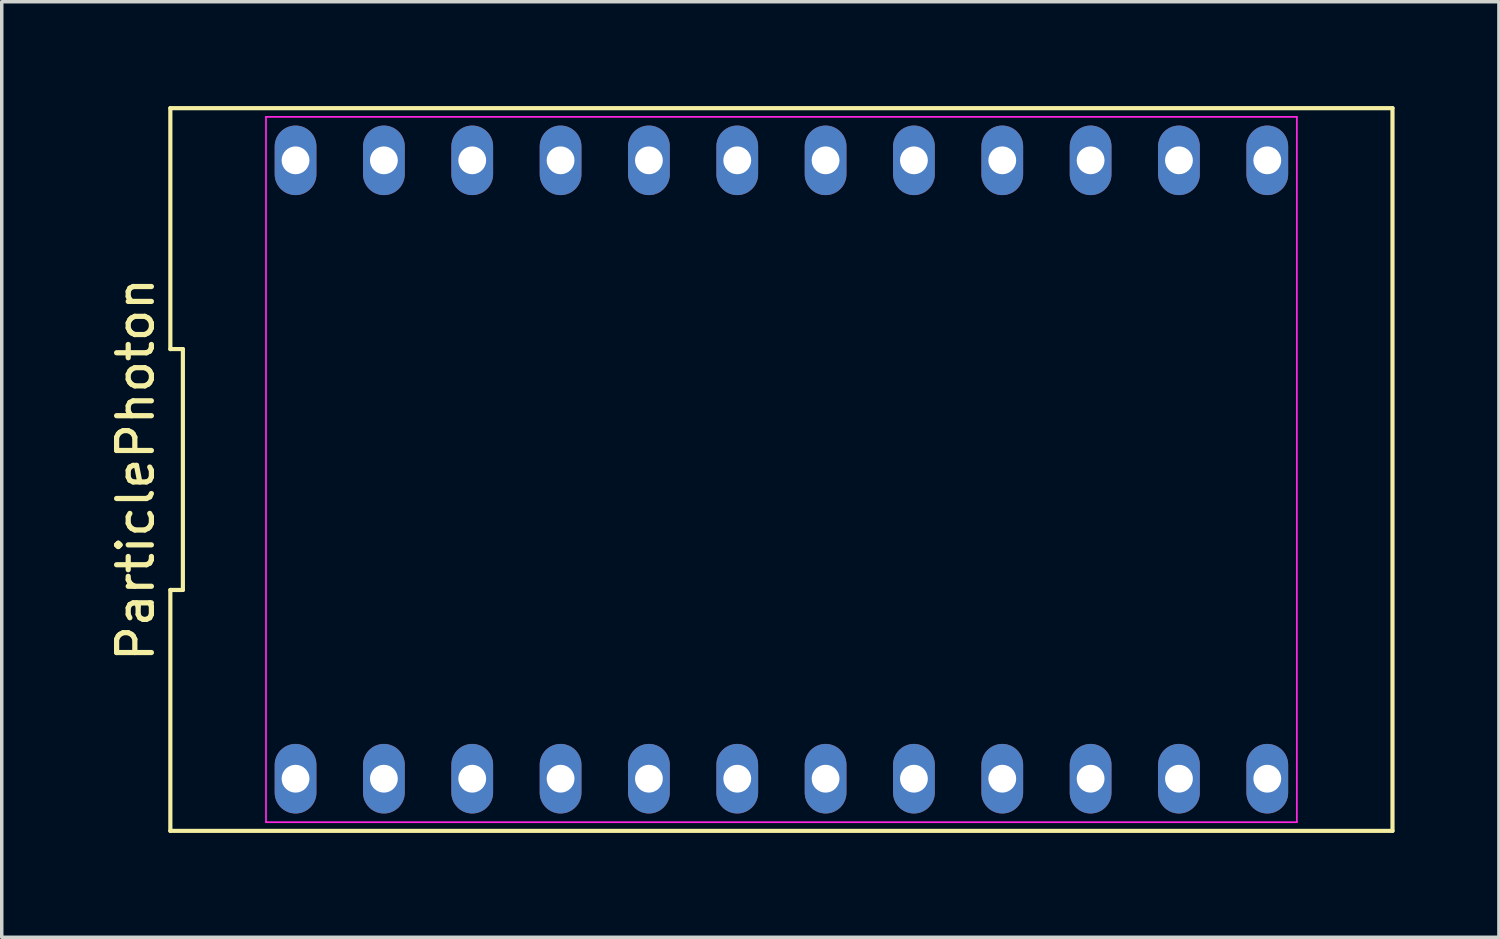
<source format=kicad_pcb>
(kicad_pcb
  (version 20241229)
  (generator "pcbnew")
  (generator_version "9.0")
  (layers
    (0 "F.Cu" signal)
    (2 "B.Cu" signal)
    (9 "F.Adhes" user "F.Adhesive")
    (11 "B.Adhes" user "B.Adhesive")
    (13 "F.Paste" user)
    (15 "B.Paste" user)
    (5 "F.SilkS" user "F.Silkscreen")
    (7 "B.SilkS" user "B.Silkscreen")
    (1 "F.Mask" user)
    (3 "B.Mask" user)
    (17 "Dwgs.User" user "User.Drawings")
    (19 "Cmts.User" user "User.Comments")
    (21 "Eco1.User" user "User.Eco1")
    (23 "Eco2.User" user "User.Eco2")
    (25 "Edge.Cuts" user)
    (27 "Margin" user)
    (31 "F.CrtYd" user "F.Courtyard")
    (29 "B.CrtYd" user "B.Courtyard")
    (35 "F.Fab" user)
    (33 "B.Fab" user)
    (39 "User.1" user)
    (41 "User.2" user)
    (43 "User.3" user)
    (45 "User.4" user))
  (footprint "ParticlePhoton"
    (layer "F.Cu")
    (at 19.418 10.45)
    (property "Reference" "ParticlePhoton" (at -18.57 0 90) (layer "F.SilkS") (effects (font (size 1 1) (thickness 0.15))))
    (fp_line (start -17.57 -10.39) (end -17.57 -3.463) (stroke (width 0.12) (type solid)) (layer "F.SilkS"))
    (fp_line (start -17.57 -3.463) (end -17.21 -3.463) (stroke (width 0.12) (type solid)) (layer "F.SilkS"))
    (fp_line (start -17.57 3.463) (end -17.57 10.39) (stroke (width 0.12) (type solid)) (layer "F.SilkS"))
    (fp_line (start -17.57 10.39) (end 17.57 10.39) (stroke (width 0.12) (type solid)) (layer "F.SilkS"))
    (fp_line (start -17.21 -3.463) (end -17.21 3.463) (stroke (width 0.12) (type solid)) (layer "F.SilkS"))
    (fp_line (start -17.21 3.463) (end -17.57 3.463) (stroke (width 0.12) (type solid)) (layer "F.SilkS"))
    (fp_line (start 17.57 -10.39) (end -17.57 -10.39) (stroke (width 0.12) (type solid)) (layer "F.SilkS"))
    (fp_line (start 17.57 10.39) (end 17.57 -10.39) (stroke (width 0.12) (type solid)) (layer "F.SilkS"))
    (fp_line (start -14.82 -10.14) (end 14.82 -10.14) (stroke (width 0.05) (type solid)) (layer "F.CrtYd"))
    (fp_line (start -14.82 10.14) (end -14.82 -10.14) (stroke (width 0.05) (type solid)) (layer "F.CrtYd"))
    (fp_line (start 14.82 -10.14) (end 14.82 10.14) (stroke (width 0.05) (type solid)) (layer "F.CrtYd"))
    (fp_line (start 14.82 10.14) (end -14.82 10.14) (stroke (width 0.05) (type solid)) (layer "F.CrtYd"))
    (pad "1" thru_hole oval (at -13.97 8.89) (size 1.2 2) (drill 0.8) (layers "*.Cu" "*.Mask"))
    (pad "2" thru_hole oval (at -11.43 8.89) (size 1.2 2) (drill 0.8) (layers "*.Cu" "*.Mask"))
    (pad "3" thru_hole oval (at -8.89 8.89) (size 1.2 2) (drill 0.8) (layers "*.Cu" "*.Mask"))
    (pad "4" thru_hole oval (at -6.35 8.89) (size 1.2 2) (drill 0.8) (layers "*.Cu" "*.Mask"))
    (pad "5" thru_hole oval (at -3.81 8.89) (size 1.2 2) (drill 0.8) (layers "*.Cu" "*.Mask"))
    (pad "6" thru_hole oval (at -1.27 8.89) (size 1.2 2) (drill 0.8) (layers "*.Cu" "*.Mask"))
    (pad "7" thru_hole oval (at 1.27 8.89) (size 1.2 2) (drill 0.8) (layers "*.Cu" "*.Mask"))
    (pad "8" thru_hole oval (at 3.81 8.89) (size 1.2 2) (drill 0.8) (layers "*.Cu" "*.Mask"))
    (pad "9" thru_hole oval (at 6.35 8.89) (size 1.2 2) (drill 0.8) (layers "*.Cu" "*.Mask"))
    (pad "10" thru_hole oval (at 8.89 8.89) (size 1.2 2) (drill 0.8) (layers "*.Cu" "*.Mask"))
    (pad "11" thru_hole oval (at 11.43 8.89) (size 1.2 2) (drill 0.8) (layers "*.Cu" "*.Mask"))
    (pad "12" thru_hole oval (at 13.97 8.89) (size 1.2 2) (drill 0.8) (layers "*.Cu" "*.Mask"))
    (pad "13" thru_hole oval (at 13.97 -8.89) (size 1.2 2) (drill 0.8) (layers "*.Cu" "*.Mask"))
    (pad "14" thru_hole oval (at 11.43 -8.89) (size 1.2 2) (drill 0.8) (layers "*.Cu" "*.Mask"))
    (pad "15" thru_hole oval (at 8.89 -8.89) (size 1.2 2) (drill 0.8) (layers "*.Cu" "*.Mask"))
    (pad "16" thru_hole oval (at 6.35 -8.89) (size 1.2 2) (drill 0.8) (layers "*.Cu" "*.Mask"))
    (pad "17" thru_hole oval (at 3.81 -8.89) (size 1.2 2) (drill 0.8) (layers "*.Cu" "*.Mask"))
    (pad "18" thru_hole oval (at 1.27 -8.89) (size 1.2 2) (drill 0.8) (layers "*.Cu" "*.Mask"))
    (pad "19" thru_hole oval (at -1.27 -8.89) (size 1.2 2) (drill 0.8) (layers "*.Cu" "*.Mask"))
    (pad "20" thru_hole oval (at -3.81 -8.89) (size 1.2 2) (drill 0.8) (layers "*.Cu" "*.Mask"))
    (pad "21" thru_hole oval (at -6.35 -8.89) (size 1.2 2) (drill 0.8) (layers "*.Cu" "*.Mask"))
    (pad "22" thru_hole oval (at -8.89 -8.89) (size 1.2 2) (drill 0.8) (layers "*.Cu" "*.Mask"))
    (pad "23" thru_hole oval (at -11.43 -8.89) (size 1.2 2) (drill 0.8) (layers "*.Cu" "*.Mask"))
    (pad "24" thru_hole oval (at -13.97 -8.89) (size 1.2 2) (drill 0.8) (layers "*.Cu" "*.Mask")))
  (gr_rect
    (start -3 -3)
    (end 40.048 23.9)
    (stroke (width 0.1) (type default))
    (fill no)
    (layer "Edge.Cuts")))
</source>
